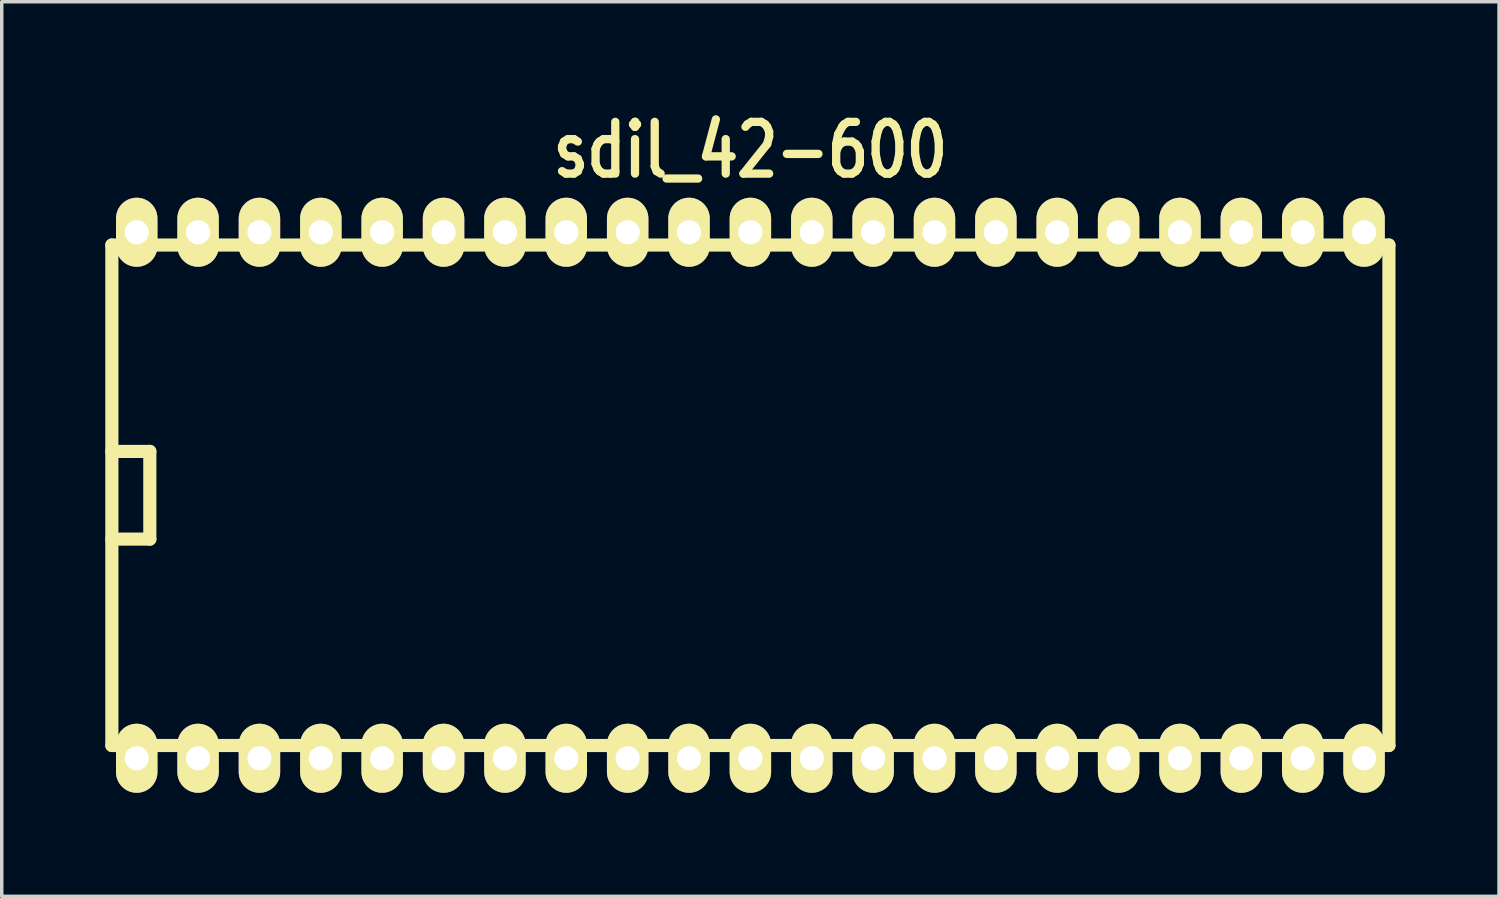
<source format=kicad_pcb>
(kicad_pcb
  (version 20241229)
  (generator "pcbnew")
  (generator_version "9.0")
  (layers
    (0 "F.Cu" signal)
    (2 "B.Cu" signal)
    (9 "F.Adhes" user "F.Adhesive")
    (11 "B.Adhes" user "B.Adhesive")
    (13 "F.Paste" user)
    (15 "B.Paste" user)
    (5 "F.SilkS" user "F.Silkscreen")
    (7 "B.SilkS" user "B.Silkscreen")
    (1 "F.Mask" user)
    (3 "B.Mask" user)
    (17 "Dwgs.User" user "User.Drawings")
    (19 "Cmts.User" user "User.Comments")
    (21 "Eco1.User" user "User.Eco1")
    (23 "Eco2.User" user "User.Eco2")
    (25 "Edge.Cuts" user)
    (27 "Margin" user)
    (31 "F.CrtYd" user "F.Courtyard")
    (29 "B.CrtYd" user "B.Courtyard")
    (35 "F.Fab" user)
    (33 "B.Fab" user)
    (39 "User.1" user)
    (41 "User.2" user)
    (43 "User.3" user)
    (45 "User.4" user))
  (footprint "sdil_42-600"
    (layer "F.Cu")
    (at 18.691 11.299)
    (property "Reference" "sdil_42-600" (at 0 -10 0) (layer "F.SilkS") (effects (font (size 1.5 1.2) (thickness 0.24))))
    (attr through_hole)
    (fp_line (start -18.5 -7.25) (end -18.5 7.25) (stroke (width 0.381) (type solid)) (layer "F.SilkS"))
    (fp_line (start -17.4 -1.27) (end -18.5 -1.27) (stroke (width 0.381) (type solid)) (layer "F.SilkS"))
    (fp_line (start -17.4 -1.27) (end -17.4 1.27) (stroke (width 0.381) (type solid)) (layer "F.SilkS"))
    (fp_line (start -17.4 1.27) (end -18.5 1.27) (stroke (width 0.381) (type solid)) (layer "F.SilkS"))
    (fp_line (start 18.5 -7.25) (end -18.5 -7.25) (stroke (width 0.381) (type solid)) (layer "F.SilkS"))
    (fp_line (start 18.5 7.25) (end -18.5 7.25) (stroke (width 0.381) (type solid)) (layer "F.SilkS"))
    (fp_line (start 18.5 7.25) (end 18.5 -7.25) (stroke (width 0.381) (type solid)) (layer "F.SilkS"))
    (pad "1" thru_hole oval (at -17.78 7.62) (size 1.2 2) (drill 0.7) (layers "*.Cu" "*.Mask" "F.SilkS"))
    (pad "2" thru_hole oval (at -16.002 7.62) (size 1.2 2) (drill 0.7) (layers "*.Cu" "*.Mask" "F.SilkS"))
    (pad "3" thru_hole oval (at -14.224 7.62) (size 1.2 2) (drill 0.7) (layers "*.Cu" "*.Mask" "F.SilkS"))
    (pad "4" thru_hole oval (at -12.446 7.62) (size 1.2 2) (drill 0.7) (layers "*.Cu" "*.Mask" "F.SilkS"))
    (pad "5" thru_hole oval (at -10.668 7.62) (size 1.2 2) (drill 0.7) (layers "*.Cu" "*.Mask" "F.SilkS"))
    (pad "6" thru_hole oval (at -8.89 7.62) (size 1.2 2) (drill 0.7) (layers "*.Cu" "*.Mask" "F.SilkS"))
    (pad "7" thru_hole oval (at -7.112 7.62) (size 1.2 2) (drill 0.7) (layers "*.Cu" "*.Mask" "F.SilkS"))
    (pad "8" thru_hole oval (at -5.334 7.62) (size 1.2 2) (drill 0.7) (layers "*.Cu" "*.Mask" "F.SilkS"))
    (pad "9" thru_hole oval (at -3.556 7.62) (size 1.2 2) (drill 0.7) (layers "*.Cu" "*.Mask" "F.SilkS"))
    (pad "10" thru_hole oval (at -1.778 7.62) (size 1.2 2) (drill 0.7) (layers "*.Cu" "*.Mask" "F.SilkS"))
    (pad "11" thru_hole oval (at 0 7.62) (size 1.2 2) (drill 0.7) (layers "*.Cu" "*.Mask" "F.SilkS"))
    (pad "12" thru_hole oval (at 1.778 7.62) (size 1.2 2) (drill 0.7) (layers "*.Cu" "*.Mask" "F.SilkS"))
    (pad "13" thru_hole oval (at 3.556 7.62) (size 1.2 2) (drill 0.7) (layers "*.Cu" "*.Mask" "F.SilkS"))
    (pad "14" thru_hole oval (at 5.334 7.62) (size 1.2 2) (drill 0.7) (layers "*.Cu" "*.Mask" "F.SilkS"))
    (pad "15" thru_hole oval (at 7.112 7.62) (size 1.2 2) (drill 0.7) (layers "*.Cu" "*.Mask" "F.SilkS"))
    (pad "16" thru_hole oval (at 8.89 7.62) (size 1.2 2) (drill 0.7) (layers "*.Cu" "*.Mask" "F.SilkS"))
    (pad "17" thru_hole oval (at 10.668 7.62) (size 1.2 2) (drill 0.7) (layers "*.Cu" "*.Mask" "F.SilkS"))
    (pad "18" thru_hole oval (at 12.446 7.62) (size 1.2 2) (drill 0.7) (layers "*.Cu" "*.Mask" "F.SilkS"))
    (pad "19" thru_hole oval (at 14.224 7.62) (size 1.2 2) (drill 0.7) (layers "*.Cu" "*.Mask" "F.SilkS"))
    (pad "20" thru_hole oval (at 16.002 7.62) (size 1.2 2) (drill 0.7) (layers "*.Cu" "*.Mask" "F.SilkS"))
    (pad "21" thru_hole oval (at 17.78 7.62) (size 1.2 2) (drill 0.7) (layers "*.Cu" "*.Mask" "F.SilkS"))
    (pad "22" thru_hole oval (at 17.78 -7.62) (size 1.2 2) (drill 0.7) (layers "*.Cu" "*.Mask" "F.SilkS"))
    (pad "23" thru_hole oval (at 16.002 -7.62) (size 1.2 2) (drill 0.7) (layers "*.Cu" "*.Mask" "F.SilkS"))
    (pad "24" thru_hole oval (at 14.224 -7.62) (size 1.2 2) (drill 0.7) (layers "*.Cu" "*.Mask" "F.SilkS"))
    (pad "25" thru_hole oval (at 12.446 -7.62) (size 1.2 2) (drill 0.7) (layers "*.Cu" "*.Mask" "F.SilkS"))
    (pad "26" thru_hole oval (at 10.668 -7.62) (size 1.2 2) (drill 0.7) (layers "*.Cu" "*.Mask" "F.SilkS"))
    (pad "27" thru_hole oval (at 8.89 -7.62) (size 1.2 2) (drill 0.7) (layers "*.Cu" "*.Mask" "F.SilkS"))
    (pad "28" thru_hole oval (at 7.112 -7.62) (size 1.2 2) (drill 0.7) (layers "*.Cu" "*.Mask" "F.SilkS"))
    (pad "29" thru_hole oval (at 5.334 -7.62) (size 1.2 2) (drill 0.7) (layers "*.Cu" "*.Mask" "F.SilkS"))
    (pad "30" thru_hole oval (at 3.556 -7.62) (size 1.2 2) (drill 0.7) (layers "*.Cu" "*.Mask" "F.SilkS"))
    (pad "31" thru_hole oval (at 1.778 -7.62) (size 1.2 2) (drill 0.7) (layers "*.Cu" "*.Mask" "F.SilkS"))
    (pad "32" thru_hole oval (at 0 -7.62) (size 1.2 2) (drill 0.7) (layers "*.Cu" "*.Mask" "F.SilkS"))
    (pad "33" thru_hole oval (at -1.778 -7.62) (size 1.2 2) (drill 0.7) (layers "*.Cu" "*.Mask" "F.SilkS"))
    (pad "34" thru_hole oval (at -3.556 -7.62) (size 1.2 2) (drill 0.7) (layers "*.Cu" "*.Mask" "F.SilkS"))
    (pad "35" thru_hole oval (at -5.334 -7.62) (size 1.2 2) (drill 0.7) (layers "*.Cu" "*.Mask" "F.SilkS"))
    (pad "36" thru_hole oval (at -7.112 -7.62) (size 1.2 2) (drill 0.7) (layers "*.Cu" "*.Mask" "F.SilkS"))
    (pad "37" thru_hole oval (at -8.89 -7.62) (size 1.2 2) (drill 0.7) (layers "*.Cu" "*.Mask" "F.SilkS"))
    (pad "38" thru_hole oval (at -10.668 -7.62) (size 1.2 2) (drill 0.7) (layers "*.Cu" "*.Mask" "F.SilkS"))
    (pad "39" thru_hole oval (at -12.446 -7.62) (size 1.2 2) (drill 0.7) (layers "*.Cu" "*.Mask" "F.SilkS"))
    (pad "40" thru_hole oval (at -14.224 -7.62) (size 1.2 2) (drill 0.7) (layers "*.Cu" "*.Mask" "F.SilkS"))
    (pad "41" thru_hole oval (at -16.002 -7.62) (size 1.2 2) (drill 0.7) (layers "*.Cu" "*.Mask" "F.SilkS"))
    (pad "42" thru_hole oval (at -17.78 -7.62) (size 1.2 2) (drill 0.7) (layers "*.Cu" "*.Mask" "F.SilkS")))
  (gr_rect
    (start -3 -3)
    (end 40.381 22.919)
    (stroke (width 0.1) (type default))
    (fill no)
    (layer "Edge.Cuts")))
</source>
